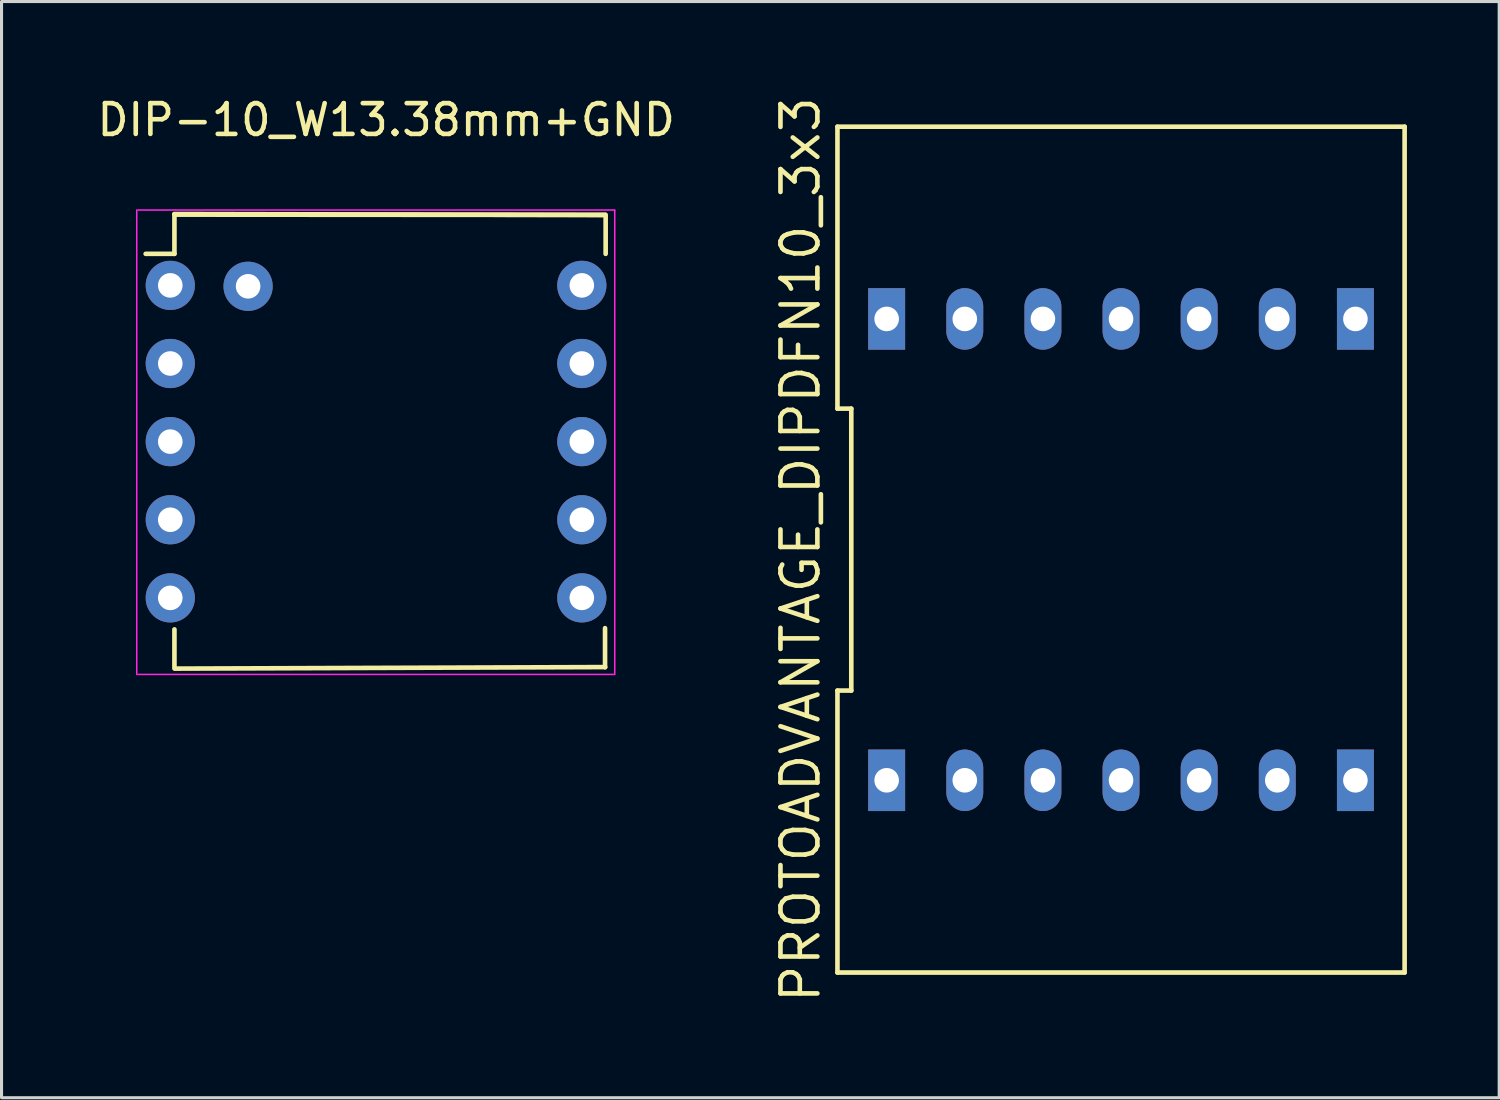
<source format=kicad_pcb>
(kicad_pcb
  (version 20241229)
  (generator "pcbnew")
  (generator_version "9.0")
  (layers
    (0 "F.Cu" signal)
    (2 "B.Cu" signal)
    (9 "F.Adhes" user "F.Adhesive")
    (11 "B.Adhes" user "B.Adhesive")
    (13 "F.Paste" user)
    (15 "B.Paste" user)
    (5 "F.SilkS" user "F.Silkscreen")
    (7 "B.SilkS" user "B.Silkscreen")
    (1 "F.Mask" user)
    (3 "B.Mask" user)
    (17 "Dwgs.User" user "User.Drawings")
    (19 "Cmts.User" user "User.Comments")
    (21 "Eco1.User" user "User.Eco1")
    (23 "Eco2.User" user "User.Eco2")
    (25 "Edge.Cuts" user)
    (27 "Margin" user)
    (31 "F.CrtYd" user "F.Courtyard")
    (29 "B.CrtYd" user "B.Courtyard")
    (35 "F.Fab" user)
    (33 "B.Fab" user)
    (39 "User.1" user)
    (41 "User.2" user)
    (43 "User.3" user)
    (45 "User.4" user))
  (footprint "DIP-10_W13.38mm+GND"
    (layer "F.Cu")
    (at 2.486 6.228)
    (property "Reference" "DIP-10_W13.38mm+GND" (at 7.02 -5.38 0) (layer "F.SilkS") (effects (font (size 1 1) (thickness 0.15))))
    (attr through_hole)
    (fp_line (start 0.13 -2.32) (end 14.13 -2.29) (stroke (width 0.15) (type solid)) (layer "F.SilkS"))
    (fp_line (start 0.135 -2.295) (end 0.135 -1.025) (stroke (width 0.15) (type solid)) (layer "F.SilkS"))
    (fp_line (start 0.135 -1.025) (end -0.8 -1.025) (stroke (width 0.15) (type solid)) (layer "F.SilkS"))
    (fp_line (start 0.135 12.455) (end 0.135 11.185) (stroke (width 0.15) (type solid)) (layer "F.SilkS"))
    (fp_line (start 0.16 12.46) (end 14.14 12.41) (stroke (width 0.15) (type solid)) (layer "F.SilkS"))
    (fp_line (start 14.13 -2.29) (end 0.16 -2.3) (stroke (width 0.15) (type solid)) (layer "F.SilkS"))
    (fp_line (start 14.135 12.415) (end 14.135 11.145) (stroke (width 0.15) (type solid)) (layer "F.SilkS"))
    (fp_line (start 14.155 -2.295) (end 14.155 -1.025) (stroke (width 0.15) (type solid)) (layer "F.SilkS"))
    (fp_line (start -1.09 -2.45) (end -1.09 12.65) (stroke (width 0.05) (type solid)) (layer "F.CrtYd"))
    (fp_line (start -1.05 -2.45) (end 14.45 -2.45) (stroke (width 0.05) (type solid)) (layer "F.CrtYd"))
    (fp_line (start -1.05 12.65) (end 14.45 12.65) (stroke (width 0.05) (type solid)) (layer "F.CrtYd"))
    (fp_line (start 14.45 -2.44) (end 14.45 12.63) (stroke (width 0.05) (type solid)) (layer "F.CrtYd"))
    (pad "1" thru_hole oval (at 0 0) (size 1.6 1.6) (drill 0.8) (layers "*.Cu" "*.Mask"))
    (pad "2" thru_hole oval (at 0 2.54) (size 1.6 1.6) (drill 0.8) (layers "*.Cu" "*.Mask"))
    (pad "3" thru_hole oval (at 0 5.08) (size 1.6 1.6) (drill 0.8) (layers "*.Cu" "*.Mask"))
    (pad "4" thru_hole oval (at 0 7.62) (size 1.6 1.6) (drill 0.8) (layers "*.Cu" "*.Mask"))
    (pad "5" thru_hole oval (at 0 10.16) (size 1.6 1.6) (drill 0.8) (layers "*.Cu" "*.Mask"))
    (pad "6" thru_hole oval (at 13.38 10.16) (size 1.6 1.6) (drill 0.8) (layers "*.Cu" "*.Mask"))
    (pad "7" thru_hole oval (at 13.38 7.62) (size 1.6 1.6) (drill 0.8) (layers "*.Cu" "*.Mask"))
    (pad "8" thru_hole oval (at 13.38 5.08) (size 1.6 1.6) (drill 0.8) (layers "*.Cu" "*.Mask"))
    (pad "9" thru_hole oval (at 13.38 2.54) (size 1.6 1.6) (drill 0.8) (layers "*.Cu" "*.Mask"))
    (pad "10" thru_hole oval (at 13.38 0) (size 1.6 1.6) (drill 0.8) (layers "*.Cu" "*.Mask"))
    (pad "11" thru_hole oval (at 2.53 0.03) (size 1.6 1.6) (drill 0.8) (layers "*.Cu" "*.Mask")))
  (footprint "PROTOADVANTAGE_DIPDFN10_3x3"
    (layer "F.Cu")
    (at 33.397 14.819)
    (property "Reference" "PROTOADVANTAGE_DIPDFN10_3x3" (at -10.42 0 90) (layer "F.SilkS") (effects (font (size 1.2 1.2) (thickness 0.15))))
    (attr through_hole)
    (fp_line (start -9.22 -13.75) (end -9.22 -4.583) (stroke (width 0.15) (type solid)) (layer "F.SilkS"))
    (fp_line (start -9.22 -4.583) (end -8.77 -4.583) (stroke (width 0.15) (type solid)) (layer "F.SilkS"))
    (fp_line (start -9.22 4.583) (end -9.22 13.75) (stroke (width 0.15) (type solid)) (layer "F.SilkS"))
    (fp_line (start -9.22 13.75) (end 9.22 13.75) (stroke (width 0.15) (type solid)) (layer "F.SilkS"))
    (fp_line (start -8.77 -4.583) (end -8.77 4.583) (stroke (width 0.15) (type solid)) (layer "F.SilkS"))
    (fp_line (start -8.77 4.583) (end -9.22 4.583) (stroke (width 0.15) (type solid)) (layer "F.SilkS"))
    (fp_line (start 9.22 -13.75) (end -9.22 -13.75) (stroke (width 0.15) (type solid)) (layer "F.SilkS"))
    (fp_line (start 9.22 13.75) (end 9.22 -13.75) (stroke (width 0.15) (type solid)) (layer "F.SilkS"))
    (pad "1" thru_hole oval (at -5.08 7.5) (size 1.2 2) (drill 0.8) (layers "*.Cu" "*.Mask"))
    (pad "2" thru_hole oval (at -2.54 7.5) (size 1.2 2) (drill 0.8) (layers "*.Cu" "*.Mask"))
    (pad "3" thru_hole oval (at 0 7.5) (size 1.2 2) (drill 0.8) (layers "*.Cu" "*.Mask"))
    (pad "4" thru_hole oval (at 2.54 7.5) (size 1.2 2) (drill 0.8) (layers "*.Cu" "*.Mask"))
    (pad "5" thru_hole oval (at 5.08 7.5) (size 1.2 2) (drill 0.8) (layers "*.Cu" "*.Mask"))
    (pad "6" thru_hole oval (at 5.08 -7.5) (size 1.2 2) (drill 0.8) (layers "*.Cu" "*.Mask"))
    (pad "7" thru_hole oval (at 2.54 -7.5) (size 1.2 2) (drill 0.8) (layers "*.Cu" "*.Mask"))
    (pad "8" thru_hole oval (at 0 -7.5) (size 1.2 2) (drill 0.8) (layers "*.Cu" "*.Mask"))
    (pad "9" thru_hole oval (at -2.54 -7.5) (size 1.2 2) (drill 0.8) (layers "*.Cu" "*.Mask"))
    (pad "10" thru_hole oval (at -5.08 -7.5) (size 1.2 2) (drill 0.8) (layers "*.Cu" "*.Mask"))
    (pad "11" thru_hole rect (at -7.62 -7.5) (size 1.2 2) (drill 0.8) (layers "*.Cu" "*.Mask"))
    (pad "11" thru_hole rect (at -7.62 7.5) (size 1.2 2) (drill 0.8) (layers "*.Cu" "*.Mask"))
    (pad "11" thru_hole rect (at 7.62 -7.5) (size 1.2 2) (drill 0.8) (layers "*.Cu" "*.Mask"))
    (pad "11" thru_hole rect (at 7.62 7.5) (size 1.2 2) (drill 0.8) (layers "*.Cu" "*.Mask")))
  (gr_rect
    (start -3 -3)
    (end 45.692 32.639)
    (stroke (width 0.1) (type default))
    (fill no)
    (layer "Edge.Cuts")))
</source>
